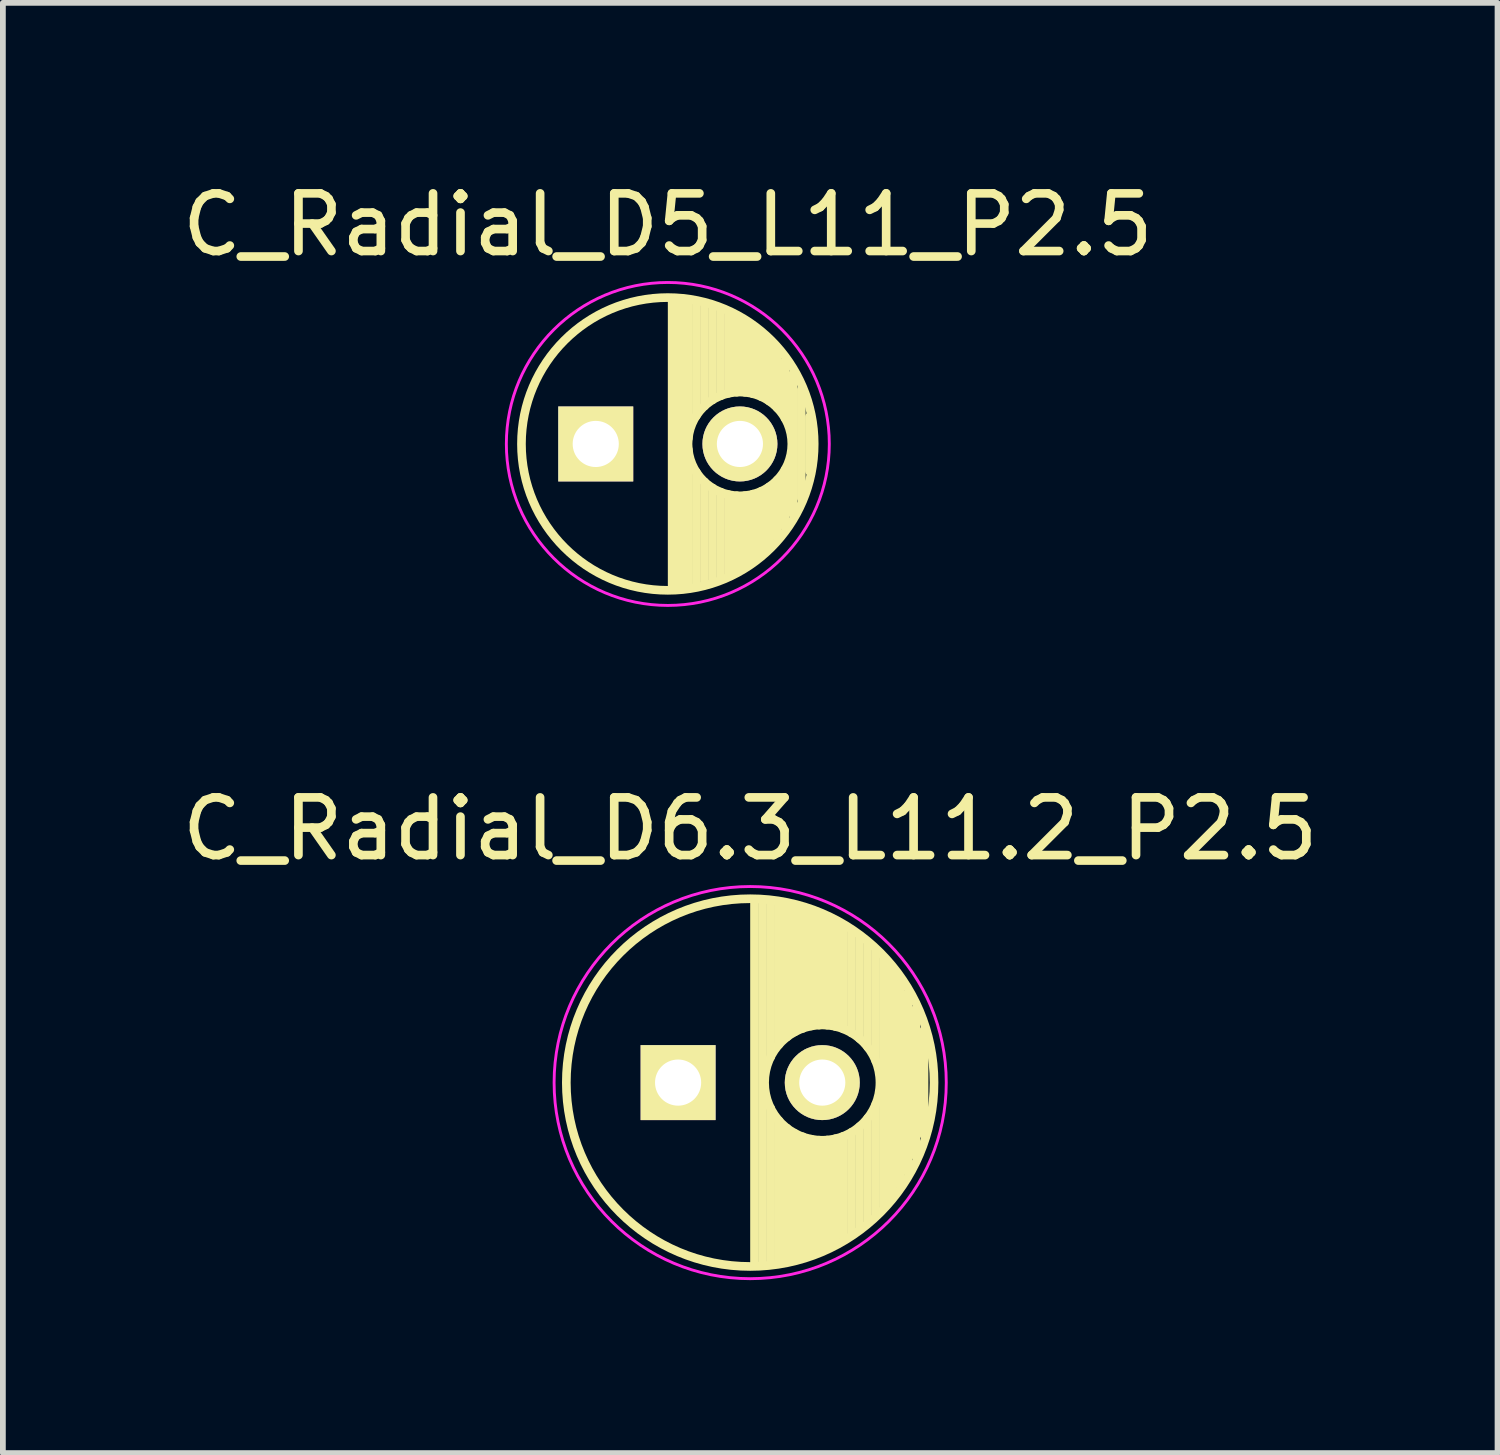
<source format=kicad_pcb>
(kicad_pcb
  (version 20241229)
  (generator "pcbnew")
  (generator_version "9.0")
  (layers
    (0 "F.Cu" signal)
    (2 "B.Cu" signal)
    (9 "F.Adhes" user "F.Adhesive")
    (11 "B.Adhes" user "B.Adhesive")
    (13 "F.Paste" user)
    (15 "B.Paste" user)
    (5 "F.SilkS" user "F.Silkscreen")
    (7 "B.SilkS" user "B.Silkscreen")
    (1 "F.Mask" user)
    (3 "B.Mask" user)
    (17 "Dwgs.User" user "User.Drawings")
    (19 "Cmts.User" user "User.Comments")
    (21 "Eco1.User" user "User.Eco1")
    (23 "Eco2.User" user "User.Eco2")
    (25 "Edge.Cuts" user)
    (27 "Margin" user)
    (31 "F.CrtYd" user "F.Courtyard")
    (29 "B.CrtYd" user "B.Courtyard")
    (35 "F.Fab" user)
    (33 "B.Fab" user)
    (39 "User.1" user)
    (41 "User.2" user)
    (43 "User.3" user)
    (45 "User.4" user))
  (footprint "C_Radial_D6.3_L11.2_P2.5"
    (layer "F.Cu")
    (at 8.708 15.722)
    (property "Reference" "C_Radial_D6.3_L11.2_P2.5" (at 1.25 -4.4 0) (layer "F.SilkS") (effects (font (size 1 1) (thickness 0.15))))
    (attr through_hole)
    (fp_line (start 1.325 -3.149) (end 1.325 3.149) (stroke (width 0.15) (type solid)) (layer "F.SilkS"))
    (fp_line (start 1.465 -3.143) (end 1.465 3.143) (stroke (width 0.15) (type solid)) (layer "F.SilkS"))
    (fp_line (start 1.605 -3.13) (end 1.605 -0.446) (stroke (width 0.15) (type solid)) (layer "F.SilkS"))
    (fp_line (start 1.605 0.446) (end 1.605 3.13) (stroke (width 0.15) (type solid)) (layer "F.SilkS"))
    (fp_line (start 1.745 -3.111) (end 1.745 -0.656) (stroke (width 0.15) (type solid)) (layer "F.SilkS"))
    (fp_line (start 1.745 0.656) (end 1.745 3.111) (stroke (width 0.15) (type solid)) (layer "F.SilkS"))
    (fp_line (start 1.885 -3.085) (end 1.885 -0.789) (stroke (width 0.15) (type solid)) (layer "F.SilkS"))
    (fp_line (start 1.885 0.789) (end 1.885 3.085) (stroke (width 0.15) (type solid)) (layer "F.SilkS"))
    (fp_line (start 2.025 -3.053) (end 2.025 -0.88) (stroke (width 0.15) (type solid)) (layer "F.SilkS"))
    (fp_line (start 2.025 0.88) (end 2.025 3.053) (stroke (width 0.15) (type solid)) (layer "F.SilkS"))
    (fp_line (start 2.165 -3.014) (end 2.165 -0.942) (stroke (width 0.15) (type solid)) (layer "F.SilkS"))
    (fp_line (start 2.165 0.942) (end 2.165 3.014) (stroke (width 0.15) (type solid)) (layer "F.SilkS"))
    (fp_line (start 2.305 -2.968) (end 2.305 -0.981) (stroke (width 0.15) (type solid)) (layer "F.SilkS"))
    (fp_line (start 2.305 0.981) (end 2.305 2.968) (stroke (width 0.15) (type solid)) (layer "F.SilkS"))
    (fp_line (start 2.445 -2.915) (end 2.445 -0.998) (stroke (width 0.15) (type solid)) (layer "F.SilkS"))
    (fp_line (start 2.445 0.998) (end 2.445 2.915) (stroke (width 0.15) (type solid)) (layer "F.SilkS"))
    (fp_line (start 2.585 -2.853) (end 2.585 -0.996) (stroke (width 0.15) (type solid)) (layer "F.SilkS"))
    (fp_line (start 2.585 0.996) (end 2.585 2.853) (stroke (width 0.15) (type solid)) (layer "F.SilkS"))
    (fp_line (start 2.725 -2.783) (end 2.725 -0.974) (stroke (width 0.15) (type solid)) (layer "F.SilkS"))
    (fp_line (start 2.725 0.974) (end 2.725 2.783) (stroke (width 0.15) (type solid)) (layer "F.SilkS"))
    (fp_line (start 2.865 -2.704) (end 2.865 -0.931) (stroke (width 0.15) (type solid)) (layer "F.SilkS"))
    (fp_line (start 2.865 0.931) (end 2.865 2.704) (stroke (width 0.15) (type solid)) (layer "F.SilkS"))
    (fp_line (start 3.005 -2.616) (end 3.005 -0.863) (stroke (width 0.15) (type solid)) (layer "F.SilkS"))
    (fp_line (start 3.005 0.863) (end 3.005 2.616) (stroke (width 0.15) (type solid)) (layer "F.SilkS"))
    (fp_line (start 3.145 -2.516) (end 3.145 -0.764) (stroke (width 0.15) (type solid)) (layer "F.SilkS"))
    (fp_line (start 3.145 0.764) (end 3.145 2.516) (stroke (width 0.15) (type solid)) (layer "F.SilkS"))
    (fp_line (start 3.285 -2.404) (end 3.285 -0.619) (stroke (width 0.15) (type solid)) (layer "F.SilkS"))
    (fp_line (start 3.285 0.619) (end 3.285 2.404) (stroke (width 0.15) (type solid)) (layer "F.SilkS"))
    (fp_line (start 3.425 -2.279) (end 3.425 -0.38) (stroke (width 0.15) (type solid)) (layer "F.SilkS"))
    (fp_line (start 3.425 0.38) (end 3.425 2.279) (stroke (width 0.15) (type solid)) (layer "F.SilkS"))
    (fp_line (start 3.565 -2.136) (end 3.565 2.136) (stroke (width 0.15) (type solid)) (layer "F.SilkS"))
    (fp_line (start 3.705 -1.974) (end 3.705 1.974) (stroke (width 0.15) (type solid)) (layer "F.SilkS"))
    (fp_line (start 3.845 -1.786) (end 3.845 1.786) (stroke (width 0.15) (type solid)) (layer "F.SilkS"))
    (fp_line (start 3.985 -1.563) (end 3.985 1.563) (stroke (width 0.15) (type solid)) (layer "F.SilkS"))
    (fp_line (start 4.125 -1.287) (end 4.125 1.287) (stroke (width 0.15) (type solid)) (layer "F.SilkS"))
    (fp_line (start 4.265 -0.912) (end 4.265 0.912) (stroke (width 0.15) (type solid)) (layer "F.SilkS"))
    (fp_circle (center 1.25 0) (end 1.25 -3.188) (stroke (width 0.15) (type solid)) (fill no) (layer "F.SilkS"))
    (fp_circle (center 2.5 0) (end 2.5 -1) (stroke (width 0.15) (type solid)) (fill no) (layer "F.SilkS"))
    (fp_circle (center 1.25 0) (end 1.25 -3.4) (stroke (width 0.05) (type solid)) (fill no) (layer "F.CrtYd"))
    (pad "1" thru_hole rect (at 0 0) (size 1.3 1.3) (drill 0.8) (layers "*.Cu" "*.Mask" "F.SilkS"))
    (pad "2" thru_hole circle (at 2.5 0) (size 1.3 1.3) (drill 0.8) (layers "*.Cu" "*.Mask" "F.SilkS")))
  (footprint "C_Radial_D5_L11_P2.5"
    (layer "F.Cu")
    (at 7.28 4.648)
    (property "Reference" "C_Radial_D5_L11_P2.5" (at 1.25 -3.8 0) (layer "F.SilkS") (effects (font (size 1 1) (thickness 0.15))))
    (attr through_hole)
    (fp_line (start 1.325 -2.499) (end 1.325 2.499) (stroke (width 0.15) (type solid)) (layer "F.SilkS"))
    (fp_line (start 1.465 -2.491) (end 1.465 2.491) (stroke (width 0.15) (type solid)) (layer "F.SilkS"))
    (fp_line (start 1.605 -2.475) (end 1.605 -0.095) (stroke (width 0.15) (type solid)) (layer "F.SilkS"))
    (fp_line (start 1.605 0.095) (end 1.605 2.475) (stroke (width 0.15) (type solid)) (layer "F.SilkS"))
    (fp_line (start 1.745 -2.451) (end 1.745 -0.49) (stroke (width 0.15) (type solid)) (layer "F.SilkS"))
    (fp_line (start 1.745 0.49) (end 1.745 2.451) (stroke (width 0.15) (type solid)) (layer "F.SilkS"))
    (fp_line (start 1.885 -2.418) (end 1.885 -0.657) (stroke (width 0.15) (type solid)) (layer "F.SilkS"))
    (fp_line (start 1.885 0.657) (end 1.885 2.418) (stroke (width 0.15) (type solid)) (layer "F.SilkS"))
    (fp_line (start 2.025 -2.377) (end 2.025 -0.764) (stroke (width 0.15) (type solid)) (layer "F.SilkS"))
    (fp_line (start 2.025 0.764) (end 2.025 2.377) (stroke (width 0.15) (type solid)) (layer "F.SilkS"))
    (fp_line (start 2.165 -2.327) (end 2.165 -0.835) (stroke (width 0.15) (type solid)) (layer "F.SilkS"))
    (fp_line (start 2.165 0.835) (end 2.165 2.327) (stroke (width 0.15) (type solid)) (layer "F.SilkS"))
    (fp_line (start 2.305 -2.266) (end 2.305 -0.879) (stroke (width 0.15) (type solid)) (layer "F.SilkS"))
    (fp_line (start 2.305 0.879) (end 2.305 2.266) (stroke (width 0.15) (type solid)) (layer "F.SilkS"))
    (fp_line (start 2.445 -2.196) (end 2.445 -0.898) (stroke (width 0.15) (type solid)) (layer "F.SilkS"))
    (fp_line (start 2.445 0.898) (end 2.445 2.196) (stroke (width 0.15) (type solid)) (layer "F.SilkS"))
    (fp_line (start 2.585 -2.114) (end 2.585 -0.896) (stroke (width 0.15) (type solid)) (layer "F.SilkS"))
    (fp_line (start 2.585 0.896) (end 2.585 2.114) (stroke (width 0.15) (type solid)) (layer "F.SilkS"))
    (fp_line (start 2.725 -2.019) (end 2.725 -0.871) (stroke (width 0.15) (type solid)) (layer "F.SilkS"))
    (fp_line (start 2.725 0.871) (end 2.725 2.019) (stroke (width 0.15) (type solid)) (layer "F.SilkS"))
    (fp_line (start 2.865 -1.908) (end 2.865 -0.823) (stroke (width 0.15) (type solid)) (layer "F.SilkS"))
    (fp_line (start 2.865 0.823) (end 2.865 1.908) (stroke (width 0.15) (type solid)) (layer "F.SilkS"))
    (fp_line (start 3.005 -1.78) (end 3.005 -0.745) (stroke (width 0.15) (type solid)) (layer "F.SilkS"))
    (fp_line (start 3.005 0.745) (end 3.005 1.78) (stroke (width 0.15) (type solid)) (layer "F.SilkS"))
    (fp_line (start 3.145 -1.631) (end 3.145 -0.628) (stroke (width 0.15) (type solid)) (layer "F.SilkS"))
    (fp_line (start 3.145 0.628) (end 3.145 1.631) (stroke (width 0.15) (type solid)) (layer "F.SilkS"))
    (fp_line (start 3.285 -1.452) (end 3.285 -0.44) (stroke (width 0.15) (type solid)) (layer "F.SilkS"))
    (fp_line (start 3.285 0.44) (end 3.285 1.452) (stroke (width 0.15) (type solid)) (layer "F.SilkS"))
    (fp_line (start 3.425 -1.233) (end 3.425 1.233) (stroke (width 0.15) (type solid)) (layer "F.SilkS"))
    (fp_line (start 3.565 -0.944) (end 3.565 0.944) (stroke (width 0.15) (type solid)) (layer "F.SilkS"))
    (fp_line (start 3.705 -0.472) (end 3.705 0.472) (stroke (width 0.15) (type solid)) (layer "F.SilkS"))
    (fp_circle (center 1.25 0) (end 1.25 -2.538) (stroke (width 0.15) (type solid)) (fill no) (layer "F.SilkS"))
    (fp_circle (center 2.5 0) (end 2.5 -0.9) (stroke (width 0.15) (type solid)) (fill no) (layer "F.SilkS"))
    (fp_circle (center 1.25 0) (end 1.25 -2.8) (stroke (width 0.05) (type solid)) (fill no) (layer "F.CrtYd"))
    (pad "1" thru_hole rect (at 0 0) (size 1.3 1.3) (drill 0.8) (layers "*.Cu" "*.Mask" "F.SilkS"))
    (pad "2" thru_hole circle (at 2.5 0) (size 1.3 1.3) (drill 0.8) (layers "*.Cu" "*.Mask" "F.SilkS")))
  (gr_rect
    (start -3 -3)
    (end 22.917 22.146)
    (stroke (width 0.1) (type default))
    (fill no)
    (layer "Edge.Cuts")))
</source>
